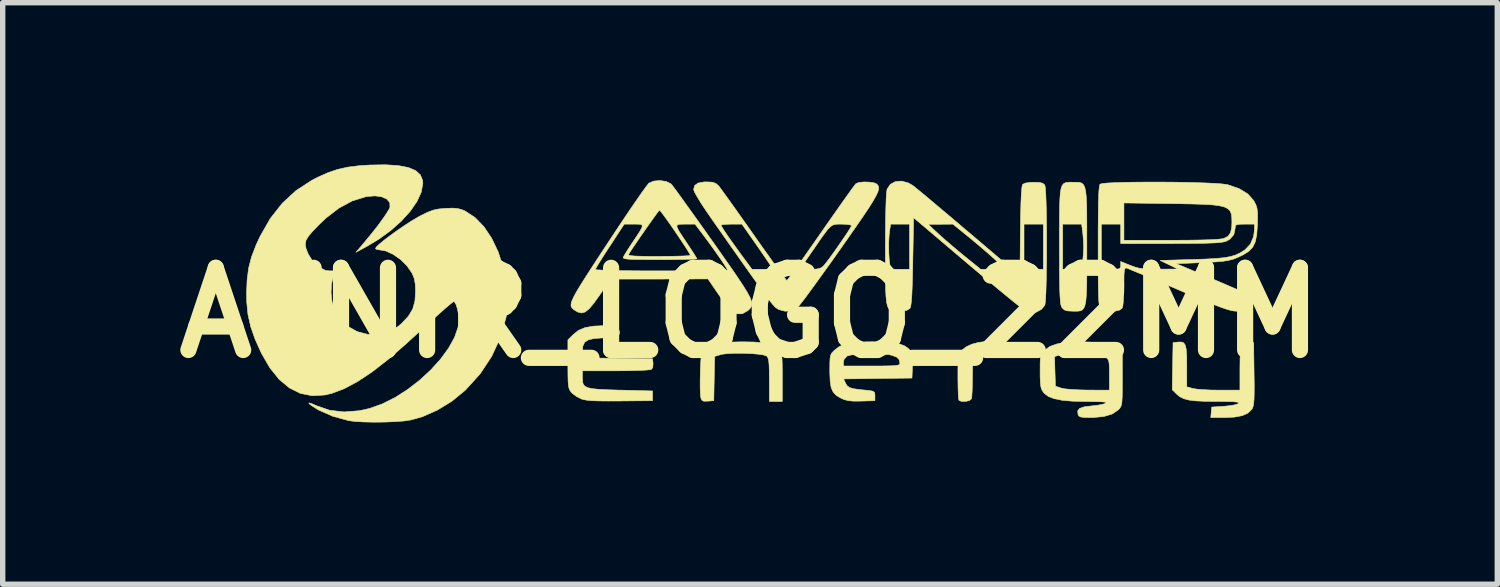
<source format=kicad_pcb>
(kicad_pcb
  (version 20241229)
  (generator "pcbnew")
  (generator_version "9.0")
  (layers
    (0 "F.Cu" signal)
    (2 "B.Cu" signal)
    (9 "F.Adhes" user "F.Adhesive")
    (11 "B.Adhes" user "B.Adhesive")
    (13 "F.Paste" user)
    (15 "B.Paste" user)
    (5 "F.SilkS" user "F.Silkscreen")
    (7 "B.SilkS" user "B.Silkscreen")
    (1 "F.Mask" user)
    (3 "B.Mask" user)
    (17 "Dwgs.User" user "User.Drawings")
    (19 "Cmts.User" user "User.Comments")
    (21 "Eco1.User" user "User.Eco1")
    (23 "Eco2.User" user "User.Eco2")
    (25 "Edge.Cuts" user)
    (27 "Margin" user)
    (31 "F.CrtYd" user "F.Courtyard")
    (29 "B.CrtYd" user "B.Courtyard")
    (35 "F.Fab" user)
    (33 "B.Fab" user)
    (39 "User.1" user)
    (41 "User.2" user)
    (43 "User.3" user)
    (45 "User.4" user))
  (footprint "AVNIR_LOGO_22MM"
    (layer "F.Cu")
    (at 10.857 2.75)
    (property "Reference" "AVNIR_LOGO_22MM" (at 0 0 0) (layer "F.SilkS") (effects (font (size 1.524 1.524) (thickness 0.3))))
    (attr through_hole)
    (fp_poly (pts (xy 4.468 0.54) (xy 4.546 0.568) (xy 4.571 0.595) (xy 4.593 0.665) (xy 4.568 0.712) (xy 4.493 0.74) (xy 4.393 0.753) (xy 4.287 0.763) (xy 4.214 0.781) (xy 4.166 0.818) (xy 4.139 0.882) (xy 4.127 0.984) (xy 4.124 1.132) (xy 4.124 1.197) (xy 4.122 1.339) (xy 4.118 1.463) (xy 4.112 1.554) (xy 4.106 1.596) (xy 4.067 1.627) (xy 3.997 1.643) (xy 3.923 1.643) (xy 3.875 1.624) (xy 3.867 1.588) (xy 3.861 1.504) (xy 3.857 1.383) (xy 3.855 1.237) (xy 3.855 1.193) (xy 3.855 1.028) (xy 3.858 0.911) (xy 3.865 0.831) (xy 3.877 0.777) (xy 3.896 0.736) (xy 3.925 0.698) (xy 3.929 0.693) (xy 4.007 0.631) (xy 4.114 0.582) (xy 4.237 0.549) (xy 4.36 0.534) (xy 4.468 0.54)) (stroke (width 0.01) (type solid)) (fill yes) (layer "F.SilkS"))
    (fp_poly (pts (xy -0.144 0.538) (xy 0.071 0.542) (xy 0.235 0.555) (xy 0.358 0.579) (xy 0.451 0.616) (xy 0.521 0.668) (xy 0.527 0.673) (xy 0.554 0.703) (xy 0.573 0.737) (xy 0.586 0.783) (xy 0.593 0.854) (xy 0.597 0.959) (xy 0.598 1.109) (xy 0.598 1.194) (xy 0.598 1.644) (xy 0.359 1.644) (xy 0.359 1.244) (xy 0.357 1.077) (xy 0.353 0.959) (xy 0.345 0.882) (xy 0.332 0.834) (xy 0.313 0.806) (xy 0.309 0.803) (xy 0.256 0.783) (xy 0.158 0.768) (xy 0.029 0.757) (xy -0.116 0.75) (xy -0.263 0.75) (xy -0.396 0.755) (xy -0.502 0.766) (xy -0.544 0.775) (xy -0.656 0.809) (xy -0.664 1.219) (xy -0.672 1.629) (xy -0.783 1.638) (xy -0.859 1.639) (xy -0.896 1.617) (xy -0.913 1.571) (xy -0.92 1.513) (xy -0.924 1.409) (xy -0.925 1.275) (xy -0.922 1.124) (xy -0.922 1.124) (xy -0.917 0.966) (xy -0.91 0.857) (xy -0.899 0.783) (xy -0.883 0.734) (xy -0.858 0.696) (xy -0.842 0.678) (xy -0.772 0.623) (xy -0.676 0.583) (xy -0.545 0.557) (xy -0.371 0.543) (xy -0.146 0.538) (xy -0.144 0.538)) (stroke (width 0.01) (type solid)) (fill yes) (layer "F.SilkS"))
    (fp_poly (pts (xy 8.039 0.556) (xy 8.069 0.596) (xy 8.087 0.671) (xy 8.096 0.788) (xy 8.098 0.955) (xy 8.098 0.988) (xy 8.098 1.372) (xy 8.21 1.403) (xy 8.283 1.415) (xy 8.4 1.425) (xy 8.545 1.432) (xy 8.701 1.434) (xy 8.703 1.434) (xy 9.084 1.434) (xy 9.084 1.037) (xy 9.086 0.849) (xy 9.094 0.714) (xy 9.11 0.623) (xy 9.137 0.569) (xy 9.178 0.545) (xy 9.235 0.541) (xy 9.25 0.543) (xy 9.338 0.553) (xy 9.346 1.132) (xy 9.349 1.339) (xy 9.348 1.494) (xy 9.345 1.607) (xy 9.338 1.686) (xy 9.327 1.74) (xy 9.312 1.777) (xy 9.307 1.785) (xy 9.234 1.859) (xy 9.124 1.908) (xy 8.971 1.935) (xy 8.799 1.942) (xy 8.543 1.942) (xy 8.552 1.845) (xy 8.561 1.748) (xy 8.791 1.733) (xy 8.907 1.721) (xy 9 1.704) (xy 9.055 1.684) (xy 9.059 1.681) (xy 9.063 1.666) (xy 9.035 1.656) (xy 8.97 1.649) (xy 8.861 1.645) (xy 8.7 1.643) (xy 8.649 1.643) (xy 8.433 1.641) (xy 8.266 1.633) (xy 8.14 1.618) (xy 8.045 1.593) (xy 7.973 1.558) (xy 7.913 1.51) (xy 7.907 1.504) (xy 7.828 1.425) (xy 7.836 0.989) (xy 7.844 0.553) (xy 7.928 0.543) (xy 7.993 0.541) (xy 8.039 0.556)) (stroke (width 0.01) (type solid)) (fill yes) (layer "F.SilkS"))
    (fp_poly (pts (xy -2.577 0.245) (xy -2.486 0.263) (xy -2.437 0.299) (xy -2.421 0.355) (xy -2.42 0.363) (xy -2.43 0.407) (xy -2.463 0.436) (xy -2.532 0.453) (xy -2.645 0.462) (xy -2.725 0.465) (xy -2.887 0.476) (xy -2.997 0.501) (xy -3.066 0.546) (xy -3.1 0.617) (xy -3.108 0.702) (xy -3.108 0.836) (xy -2.458 0.844) (xy -1.808 0.852) (xy -1.798 0.938) (xy -1.803 1.011) (xy -1.828 1.05) (xy -1.869 1.057) (xy -1.96 1.064) (xy -2.091 1.069) (xy -2.254 1.073) (xy -2.438 1.075) (xy -2.488 1.075) (xy -3.108 1.076) (xy -3.108 1.209) (xy -3.105 1.274) (xy -3.093 1.324) (xy -3.063 1.361) (xy -3.01 1.388) (xy -2.925 1.407) (xy -2.803 1.419) (xy -2.635 1.427) (xy -2.416 1.434) (xy -2.391 1.434) (xy -1.808 1.449) (xy -1.808 1.629) (xy -2.406 1.635) (xy -2.633 1.636) (xy -2.808 1.634) (xy -2.94 1.629) (xy -3.036 1.619) (xy -3.104 1.605) (xy -3.123 1.599) (xy -3.217 1.552) (xy -3.298 1.491) (xy -3.309 1.479) (xy -3.335 1.445) (xy -3.354 1.408) (xy -3.366 1.355) (xy -3.373 1.278) (xy -3.376 1.165) (xy -3.377 1.005) (xy -3.377 0.952) (xy -3.377 0.502) (xy -3.278 0.404) (xy -3.179 0.325) (xy -3.057 0.274) (xy -2.902 0.247) (xy -2.718 0.239) (xy -2.577 0.245)) (stroke (width 0.01) (type solid)) (fill yes) (layer "F.SilkS"))
    (fp_poly (pts (xy 6 -2.42) (xy 6.061 -2.42) (xy 6.111 -2.417) (xy 6.151 -2.404) (xy 6.183 -2.376) (xy 6.206 -2.329) (xy 6.223 -2.256) (xy 6.234 -2.152) (xy 6.241 -2.011) (xy 6.244 -1.829) (xy 6.245 -1.599) (xy 6.245 -1.317) (xy 6.245 -1.225) (xy 6.245 -0.927) (xy 6.245 -0.682) (xy 6.242 -0.487) (xy 6.236 -0.335) (xy 6.227 -0.221) (xy 6.211 -0.14) (xy 6.189 -0.085) (xy 6.16 -0.053) (xy 6.122 -0.036) (xy 6.073 -0.03) (xy 6.014 -0.03) (xy 5.991 -0.03) (xy 5.89 -0.035) (xy 5.829 -0.053) (xy 5.788 -0.091) (xy 5.784 -0.096) (xy 5.772 -0.121) (xy 5.761 -0.159) (xy 5.754 -0.217) (xy 5.748 -0.301) (xy 5.743 -0.417) (xy 5.74 -0.57) (xy 5.738 -0.766) (xy 5.738 -1.011) (xy 5.737 -1.242) (xy 5.737 -1.539) (xy 5.738 -1.644) (xy 5.797 -1.644) (xy 5.797 -0.807) (xy 6.148 -0.807) (xy 6.167 -0.945) (xy 6.179 -1.069) (xy 6.185 -1.199) (xy 6.186 -1.225) (xy 6.181 -1.35) (xy 6.17 -1.48) (xy 6.167 -1.505) (xy 6.148 -1.644) (xy 5.797 -1.644) (xy 5.738 -1.644) (xy 5.738 -1.781) (xy 5.74 -1.974) (xy 5.746 -2.124) (xy 5.755 -2.236) (xy 5.77 -2.316) (xy 5.792 -2.369) (xy 5.822 -2.4) (xy 5.861 -2.416) (xy 5.91 -2.421) (xy 5.971 -2.421) (xy 6 -2.42)) (stroke (width 0.01) (type solid)) (fill yes) (layer "F.SilkS"))
    (fp_poly (pts (xy 2.485 0.542) (xy 2.65 0.555) (xy 2.774 0.578) (xy 2.867 0.614) (xy 2.938 0.664) (xy 2.948 0.675) (xy 2.985 0.717) (xy 3.006 0.764) (xy 3.014 0.831) (xy 3.013 0.936) (xy 3.012 0.979) (xy 3.003 1.21) (xy 2.369 1.218) (xy 1.735 1.226) (xy 1.768 1.299) (xy 1.798 1.35) (xy 1.841 1.384) (xy 1.91 1.406) (xy 2.018 1.422) (xy 2.107 1.431) (xy 2.216 1.442) (xy 2.278 1.454) (xy 2.307 1.474) (xy 2.315 1.509) (xy 2.316 1.539) (xy 2.316 1.629) (xy 2.062 1.637) (xy 1.922 1.638) (xy 1.822 1.629) (xy 1.742 1.608) (xy 1.685 1.583) (xy 1.6 1.532) (xy 1.542 1.471) (xy 1.505 1.389) (xy 1.486 1.274) (xy 1.479 1.113) (xy 1.479 1.069) (xy 1.48 0.933) (xy 1.481 0.912) (xy 1.733 0.912) (xy 1.733 0.986) (xy 2.256 0.986) (xy 2.445 0.986) (xy 2.582 0.984) (xy 2.676 0.98) (xy 2.734 0.973) (xy 2.765 0.962) (xy 2.777 0.946) (xy 2.779 0.934) (xy 2.766 0.869) (xy 2.722 0.823) (xy 2.636 0.79) (xy 2.57 0.774) (xy 2.46 0.759) (xy 2.32 0.752) (xy 2.169 0.754) (xy 2.023 0.762) (xy 1.899 0.777) (xy 1.813 0.797) (xy 1.799 0.803) (xy 1.743 0.864) (xy 1.733 0.912) (xy 1.481 0.912) (xy 1.484 0.843) (xy 1.495 0.785) (xy 1.517 0.744) (xy 1.553 0.706) (xy 1.575 0.687) (xy 1.65 0.629) (xy 1.737 0.588) (xy 1.846 0.561) (xy 1.987 0.545) (xy 2.172 0.539) (xy 2.271 0.538) (xy 2.485 0.542)) (stroke (width 0.01) (type solid)) (fill yes) (layer "F.SilkS"))
    (fp_poly (pts (xy 6.385 0.547) (xy 6.578 0.574) (xy 6.723 0.621) (xy 6.814 0.678) (xy 6.903 0.752) (xy 6.903 1.239) (xy 6.903 1.42) (xy 6.901 1.551) (xy 6.896 1.642) (xy 6.888 1.703) (xy 6.873 1.743) (xy 6.853 1.774) (xy 6.829 1.799) (xy 6.718 1.875) (xy 6.564 1.922) (xy 6.362 1.942) (xy 6.311 1.942) (xy 6.199 1.94) (xy 6.133 1.932) (xy 6.098 1.914) (xy 6.081 1.881) (xy 6.081 1.881) (xy 6.076 1.817) (xy 6.113 1.772) (xy 6.199 1.743) (xy 6.33 1.727) (xy 6.443 1.714) (xy 6.538 1.697) (xy 6.591 1.679) (xy 6.602 1.665) (xy 6.575 1.655) (xy 6.504 1.649) (xy 6.385 1.646) (xy 6.228 1.644) (xy 5.982 1.639) (xy 5.789 1.622) (xy 5.641 1.593) (xy 5.532 1.551) (xy 5.456 1.493) (xy 5.44 1.474) (xy 5.412 1.431) (xy 5.394 1.378) (xy 5.384 1.301) (xy 5.379 1.187) (xy 5.379 1.084) (xy 5.379 0.944) (xy 5.383 0.85) (xy 5.39 0.812) (xy 5.646 0.812) (xy 5.654 1.086) (xy 5.663 1.36) (xy 5.767 1.395) (xy 5.839 1.41) (xy 5.956 1.421) (xy 6.105 1.429) (xy 6.268 1.433) (xy 6.664 1.434) (xy 6.664 1.151) (xy 6.663 1.019) (xy 6.658 0.933) (xy 6.647 0.88) (xy 6.625 0.847) (xy 6.59 0.82) (xy 6.586 0.817) (xy 6.515 0.791) (xy 6.4 0.77) (xy 6.258 0.756) (xy 6.106 0.749) (xy 5.959 0.75) (xy 5.833 0.76) (xy 5.755 0.776) (xy 5.646 0.812) (xy 5.39 0.812) (xy 5.394 0.788) (xy 5.413 0.746) (xy 5.446 0.709) (xy 5.469 0.687) (xy 5.564 0.622) (xy 5.692 0.577) (xy 5.862 0.549) (xy 6.08 0.538) (xy 6.141 0.538) (xy 6.385 0.547)) (stroke (width 0.01) (type solid)) (fill yes) (layer "F.SilkS"))
    (fp_poly (pts (xy 2.934 -2.409) (xy 3.018 -2.361) (xy 3.058 -2.329) (xy 3.139 -2.263) (xy 3.255 -2.167) (xy 3.4 -2.045) (xy 3.57 -1.902) (xy 3.759 -1.743) (xy 3.961 -1.571) (xy 4.054 -1.493) (xy 5.005 -0.685) (xy 5.013 -1.513) (xy 5.015 -1.644) (xy 5.08 -1.644) (xy 5.08 -0.807) (xy 5.439 -0.807) (xy 5.439 -1.644) (xy 5.08 -1.644) (xy 5.015 -1.644) (xy 5.017 -1.803) (xy 5.023 -2.036) (xy 5.031 -2.209) (xy 5.041 -2.323) (xy 5.052 -2.377) (xy 5.054 -2.381) (xy 5.107 -2.406) (xy 5.208 -2.419) (xy 5.262 -2.42) (xy 5.367 -2.417) (xy 5.428 -2.402) (xy 5.462 -2.372) (xy 5.467 -2.363) (xy 5.476 -2.317) (xy 5.483 -2.219) (xy 5.489 -2.079) (xy 5.494 -1.905) (xy 5.497 -1.705) (xy 5.499 -1.487) (xy 5.499 -1.261) (xy 5.499 -1.034) (xy 5.496 -0.815) (xy 5.493 -0.613) (xy 5.488 -0.436) (xy 5.482 -0.292) (xy 5.474 -0.191) (xy 5.466 -0.14) (xy 5.465 -0.139) (xy 5.402 -0.063) (xy 5.307 -0.012) (xy 5.235 -0.001) (xy 5.174 -0.014) (xy 5.096 -0.046) (xy 5.095 -0.046) (xy 5.054 -0.075) (xy 4.972 -0.138) (xy 4.855 -0.231) (xy 4.709 -0.351) (xy 4.538 -0.492) (xy 4.347 -0.651) (xy 4.142 -0.823) (xy 4.019 -0.927) (xy 3.178 -1.641) (xy 3.302 -1.641) (xy 3.496 -1.461) (xy 3.601 -1.367) (xy 3.734 -1.252) (xy 3.876 -1.132) (xy 3.984 -1.044) (xy 4.277 -0.807) (xy 4.507 -0.808) (xy 4.736 -0.81) (xy 4.542 -0.989) (xy 4.437 -1.083) (xy 4.304 -1.198) (xy 4.162 -1.318) (xy 4.055 -1.406) (xy 3.762 -1.644) (xy 3.532 -1.642) (xy 3.302 -1.641) (xy 3.178 -1.641) (xy 3.033 -1.763) (xy 3.018 -0.946) (xy 3.013 -0.688) (xy 3.007 -0.484) (xy 3 -0.328) (xy 2.992 -0.215) (xy 2.982 -0.139) (xy 2.97 -0.094) (xy 2.962 -0.079) (xy 2.906 -0.045) (xy 2.805 -0.031) (xy 2.762 -0.03) (xy 2.698 -0.03) (xy 2.646 -0.034) (xy 2.605 -0.047) (xy 2.572 -0.075) (xy 2.549 -0.124) (xy 2.532 -0.198) (xy 2.521 -0.304) (xy 2.514 -0.448) (xy 2.511 -0.633) (xy 2.51 -0.867) (xy 2.51 -1.155) (xy 2.51 -1.183) (xy 2.51 -1.225) (xy 2.571 -1.225) (xy 2.574 -1.102) (xy 2.581 -0.985) (xy 2.589 -0.919) (xy 2.608 -0.807) (xy 2.958 -0.807) (xy 2.958 -1.644) (xy 2.608 -1.644) (xy 2.589 -1.531) (xy 2.579 -1.44) (xy 2.572 -1.319) (xy 2.571 -1.225) (xy 2.51 -1.225) (xy 2.511 -1.487) (xy 2.514 -1.749) (xy 2.519 -1.964) (xy 2.525 -2.129) (xy 2.533 -2.24) (xy 2.542 -2.294) (xy 2.601 -2.382) (xy 2.694 -2.432) (xy 2.809 -2.442) (xy 2.934 -2.409)) (stroke (width 0.01) (type solid)) (fill yes) (layer "F.SilkS"))
    (fp_poly (pts (xy -0.7 -2.422) (xy -0.635 -2.4) (xy -0.583 -2.355) (xy -0.581 -2.353) (xy -0.549 -2.311) (xy -0.487 -2.226) (xy -0.4 -2.105) (xy -0.292 -1.954) (xy -0.168 -1.779) (xy -0.032 -1.587) (xy 0.073 -1.438) (xy 0.212 -1.24) (xy 0.341 -1.06) (xy 0.454 -0.901) (xy 0.55 -0.77) (xy 0.622 -0.673) (xy 0.668 -0.614) (xy 0.682 -0.599) (xy 0.703 -0.623) (xy 0.754 -0.691) (xy 0.831 -0.797) (xy 0.839 -0.807) (xy 0.923 -0.807) (xy 1.114 -0.807) (xy 1.226 -0.81) (xy 1.297 -0.825) (xy 1.347 -0.854) (xy 1.367 -0.874) (xy 1.41 -0.927) (xy 1.475 -1.012) (xy 1.552 -1.119) (xy 1.635 -1.237) (xy 1.717 -1.356) (xy 1.79 -1.463) (xy 1.846 -1.55) (xy 1.878 -1.605) (xy 1.883 -1.617) (xy 1.855 -1.631) (xy 1.785 -1.641) (xy 1.701 -1.644) (xy 1.632 -1.644) (xy 1.578 -1.64) (xy 1.532 -1.626) (xy 1.488 -1.595) (xy 1.437 -1.542) (xy 1.374 -1.459) (xy 1.291 -1.342) (xy 1.181 -1.182) (xy 1.164 -1.158) (xy 0.923 -0.807) (xy 0.839 -0.807) (xy 0.931 -0.935) (xy 1.048 -1.101) (xy 1.179 -1.288) (xy 1.315 -1.483) (xy 1.457 -1.687) (xy 1.59 -1.876) (xy 1.709 -2.045) (xy 1.81 -2.187) (xy 1.889 -2.297) (xy 1.942 -2.368) (xy 1.965 -2.396) (xy 2.022 -2.417) (xy 2.113 -2.426) (xy 2.215 -2.423) (xy 2.303 -2.409) (xy 2.346 -2.39) (xy 2.371 -2.365) (xy 2.384 -2.335) (xy 2.385 -2.295) (xy 2.37 -2.241) (xy 2.336 -2.169) (xy 2.282 -2.073) (xy 2.205 -1.95) (xy 2.102 -1.796) (xy 1.97 -1.605) (xy 1.808 -1.373) (xy 1.673 -1.18) (xy 1.517 -0.959) (xy 1.368 -0.752) (xy 1.232 -0.563) (xy 1.112 -0.399) (xy 1.013 -0.264) (xy 0.937 -0.166) (xy 0.891 -0.108) (xy 0.88 -0.097) (xy 0.776 -0.042) (xy 0.652 -0.029) (xy 0.533 -0.06) (xy 0.475 -0.097) (xy 0.455 -0.117) (xy 0.429 -0.146) (xy 0.394 -0.188) (xy 0.348 -0.248) (xy 0.288 -0.328) (xy 0.213 -0.432) (xy 0.118 -0.565) (xy 0.002 -0.728) (xy -0.139 -0.927) (xy -0.306 -1.164) (xy -0.502 -1.443) (xy -0.631 -1.627) (xy -0.538 -1.627) (xy -0.52 -1.59) (xy -0.471 -1.511) (xy -0.393 -1.396) (xy -0.29 -1.252) (xy -0.168 -1.083) (xy -0.157 -1.068) (xy 0.036 -0.807) (xy 0.424 -0.807) (xy 0.363 -0.904) (xy 0.322 -0.965) (xy 0.256 -1.063) (xy 0.173 -1.183) (xy 0.083 -1.313) (xy 0.076 -1.322) (xy -0.15 -1.644) (xy -0.344 -1.644) (xy -0.443 -1.641) (xy -0.513 -1.635) (xy -0.538 -1.627) (xy -0.631 -1.627) (xy -0.713 -1.744) (xy -0.82 -1.899) (xy -0.912 -2.039) (xy -0.983 -2.156) (xy -1.03 -2.241) (xy -1.046 -2.286) (xy -1.026 -2.361) (xy -0.963 -2.406) (xy -0.851 -2.426) (xy -0.801 -2.427) (xy -0.7 -2.422)) (stroke (width 0.01) (type solid)) (fill yes) (layer "F.SilkS"))
    (fp_poly (pts (xy -1.556 -2.435) (xy -1.47 -2.394) (xy -1.459 -2.383) (xy -1.428 -2.345) (xy -1.367 -2.263) (xy -1.28 -2.143) (xy -1.171 -1.991) (xy -1.043 -1.813) (xy -0.9 -1.613) (xy -0.747 -1.397) (xy -0.678 -1.3) (xy -0.493 -1.036) (xy -0.339 -0.817) (xy -0.216 -0.637) (xy -0.12 -0.491) (xy -0.049 -0.376) (xy -0.001 -0.286) (xy 0.026 -0.217) (xy 0.035 -0.165) (xy 0.029 -0.123) (xy 0.008 -0.089) (xy -0.023 -0.056) (xy -0.042 -0.04) (xy -0.144 0.019) (xy -0.246 0.019) (xy -0.336 -0.029) (xy -0.384 -0.078) (xy -0.454 -0.163) (xy -0.535 -0.272) (xy -0.595 -0.358) (xy -0.78 -0.628) (xy -1.683 -0.626) (xy -2.585 -0.625) (xy -2.794 -0.32) (xy -2.901 -0.172) (xy -2.986 -0.072) (xy -3.058 -0.015) (xy -3.124 0.003) (xy -3.191 -0.013) (xy -3.242 -0.042) (xy -3.277 -0.066) (xy -3.303 -0.091) (xy -3.318 -0.121) (xy -3.319 -0.161) (xy -3.305 -0.216) (xy -3.272 -0.289) (xy -3.22 -0.387) (xy -3.144 -0.512) (xy -3.044 -0.671) (xy -2.959 -0.802) (xy -2.869 -0.802) (xy -2.84 -0.797) (xy -2.758 -0.792) (xy -2.628 -0.787) (xy -2.457 -0.783) (xy -2.252 -0.78) (xy -2.018 -0.778) (xy -1.762 -0.777) (xy -1.644 -0.777) (xy -1.379 -0.777) (xy -1.135 -0.778) (xy -0.916 -0.78) (xy -0.73 -0.783) (xy -0.581 -0.785) (xy -0.477 -0.788) (xy -0.424 -0.792) (xy -0.418 -0.794) (xy -0.435 -0.828) (xy -0.481 -0.901) (xy -0.549 -1.003) (xy -0.633 -1.123) (xy -0.726 -1.253) (xy -0.821 -1.382) (xy -0.843 -1.412) (xy -1.019 -1.644) (xy -1.2 -1.644) (xy -1.281 -1.643) (xy -1.333 -1.637) (xy -1.357 -1.618) (xy -1.35 -1.578) (xy -1.314 -1.509) (xy -1.245 -1.404) (xy -1.167 -1.287) (xy -1.093 -1.176) (xy -1.034 -1.085) (xy -0.996 -1.023) (xy -0.986 -1.002) (xy -1.015 -0.998) (xy -1.095 -0.994) (xy -1.218 -0.99) (xy -1.375 -0.988) (xy -1.56 -0.986) (xy -1.677 -0.986) (xy -1.899 -0.987) (xy -2.068 -0.988) (xy -2.191 -0.991) (xy -2.274 -0.996) (xy -2.324 -1.004) (xy -2.347 -1.014) (xy -2.351 -1.028) (xy -2.35 -1.031) (xy -2.326 -1.075) (xy -2.321 -1.083) (xy -2.252 -1.083) (xy -2.248 -1.07) (xy -2.214 -1.06) (xy -2.143 -1.053) (xy -2.03 -1.049) (xy -1.868 -1.046) (xy -1.69 -1.046) (xy -1.511 -1.047) (xy -1.353 -1.05) (xy -1.228 -1.054) (xy -1.142 -1.059) (xy -1.106 -1.065) (xy -1.106 -1.066) (xy -1.122 -1.099) (xy -1.165 -1.17) (xy -1.228 -1.268) (xy -1.306 -1.384) (xy -1.39 -1.509) (xy -1.474 -1.631) (xy -1.552 -1.741) (xy -1.617 -1.83) (xy -1.662 -1.887) (xy -1.679 -1.904) (xy -1.701 -1.879) (xy -1.748 -1.815) (xy -1.816 -1.721) (xy -1.897 -1.607) (xy -1.983 -1.483) (xy -2.069 -1.359) (xy -2.147 -1.245) (xy -2.21 -1.15) (xy -2.251 -1.085) (xy -2.252 -1.083) (xy -2.321 -1.083) (xy -2.277 -1.154) (xy -2.213 -1.254) (xy -2.187 -1.292) (xy -2.094 -1.431) (xy -2.032 -1.528) (xy -2.001 -1.59) (xy -2 -1.624) (xy -2.028 -1.64) (xy -2.085 -1.644) (xy -2.151 -1.644) (xy -2.333 -1.644) (xy -2.601 -1.235) (xy -2.691 -1.097) (xy -2.768 -0.975) (xy -2.827 -0.88) (xy -2.861 -0.819) (xy -2.869 -0.802) (xy -2.959 -0.802) (xy -2.917 -0.867) (xy -2.761 -1.106) (xy -2.643 -1.285) (xy -2.492 -1.514) (xy -2.349 -1.729) (xy -2.218 -1.923) (xy -2.102 -2.092) (xy -2.006 -2.23) (xy -1.932 -2.332) (xy -1.886 -2.392) (xy -1.872 -2.406) (xy -1.781 -2.443) (xy -1.667 -2.452) (xy -1.556 -2.435)) (stroke (width 0.01) (type solid)) (fill yes) (layer "F.SilkS"))
    (fp_poly (pts (xy 7.816 -2.423) (xy 8.046 -2.419) (xy 8.264 -2.414) (xy 8.461 -2.407) (xy 8.629 -2.399) (xy 8.76 -2.389) (xy 8.848 -2.377) (xy 8.861 -2.374) (xy 9.072 -2.301) (xy 9.229 -2.205) (xy 9.338 -2.082) (xy 9.349 -2.063) (xy 9.381 -2) (xy 9.4 -1.939) (xy 9.41 -1.863) (xy 9.411 -1.757) (xy 9.408 -1.635) (xy 9.396 -1.452) (xy 9.369 -1.317) (xy 9.321 -1.217) (xy 9.247 -1.14) (xy 9.141 -1.074) (xy 9.135 -1.071) (xy 9.043 -1.027) (xy 8.958 -0.994) (xy 8.868 -0.971) (xy 8.759 -0.954) (xy 8.62 -0.943) (xy 8.438 -0.933) (xy 8.367 -0.93) (xy 7.904 -0.911) (xy 8.531 -0.647) (xy 8.716 -0.569) (xy 8.885 -0.496) (xy 9.03 -0.433) (xy 9.141 -0.382) (xy 9.211 -0.349) (xy 9.226 -0.34) (xy 9.279 -0.282) (xy 9.293 -0.195) (xy 9.28 -0.113) (xy 9.234 -0.063) (xy 9.147 -0.037) (xy 9.026 -0.03) (xy 8.976 -0.033) (xy 8.916 -0.044) (xy 8.841 -0.065) (xy 8.743 -0.098) (xy 8.617 -0.146) (xy 8.457 -0.21) (xy 8.255 -0.294) (xy 8.007 -0.4) (xy 7.955 -0.422) (xy 7.734 -0.516) (xy 7.529 -0.603) (xy 7.347 -0.68) (xy 7.194 -0.743) (xy 7.078 -0.791) (xy 7.006 -0.821) (xy 6.985 -0.829) (xy 6.963 -0.83) (xy 6.948 -0.813) (xy 6.939 -0.769) (xy 6.934 -0.687) (xy 6.933 -0.559) (xy 6.933 -0.495) (xy 6.93 -0.351) (xy 6.923 -0.225) (xy 6.913 -0.132) (xy 6.902 -0.088) (xy 6.853 -0.051) (xy 6.767 -0.031) (xy 6.666 -0.027) (xy 6.572 -0.042) (xy 6.505 -0.074) (xy 6.502 -0.077) (xy 6.489 -0.095) (xy 6.479 -0.127) (xy 6.471 -0.178) (xy 6.465 -0.253) (xy 6.461 -0.36) (xy 6.458 -0.502) (xy 6.456 -0.687) (xy 6.455 -0.919) (xy 6.455 -1.205) (xy 6.455 -1.236) (xy 6.455 -1.547) (xy 6.456 -1.644) (xy 6.514 -1.644) (xy 6.514 -0.807) (xy 6.694 -0.807) (xy 6.793 -0.808) (xy 6.847 -0.817) (xy 6.869 -0.839) (xy 6.873 -0.879) (xy 6.873 -0.879) (xy 6.873 -0.952) (xy 7.052 -0.879) (xy 7.139 -0.847) (xy 7.22 -0.826) (xy 7.313 -0.814) (xy 7.434 -0.81) (xy 7.582 -0.809) (xy 7.934 -0.812) (xy 7.769 -0.891) (xy 7.605 -0.971) (xy 8.218 -0.989) (xy 8.457 -0.997) (xy 8.645 -1.008) (xy 8.793 -1.022) (xy 8.909 -1.043) (xy 9.002 -1.071) (xy 9.083 -1.108) (xy 9.161 -1.156) (xy 9.179 -1.169) (xy 9.277 -1.273) (xy 9.337 -1.412) (xy 9.353 -1.538) (xy 9.353 -1.644) (xy 9.174 -1.644) (xy 9.075 -1.642) (xy 9.021 -1.633) (xy 8.999 -1.612) (xy 8.995 -1.571) (xy 8.995 -1.567) (xy 8.97 -1.449) (xy 8.896 -1.364) (xy 8.829 -1.327) (xy 8.787 -1.315) (xy 8.722 -1.305) (xy 8.63 -1.297) (xy 8.504 -1.292) (xy 8.337 -1.288) (xy 8.124 -1.286) (xy 7.858 -1.285) (xy 7.8 -1.285) (xy 6.873 -1.285) (xy 6.873 -1.345) (xy 6.933 -1.345) (xy 7.81 -1.345) (xy 8.102 -1.346) (xy 8.346 -1.35) (xy 8.54 -1.355) (xy 8.68 -1.363) (xy 8.765 -1.374) (xy 8.782 -1.378) (xy 8.862 -1.419) (xy 8.91 -1.484) (xy 8.931 -1.584) (xy 8.935 -1.673) (xy 8.933 -1.759) (xy 8.925 -1.829) (xy 8.903 -1.885) (xy 8.864 -1.929) (xy 8.8 -1.961) (xy 8.708 -1.984) (xy 8.58 -2.001) (xy 8.411 -2.011) (xy 8.196 -2.018) (xy 7.929 -2.023) (xy 7.807 -2.025) (xy 6.933 -2.037) (xy 6.933 -1.345) (xy 6.873 -1.345) (xy 6.873 -1.644) (xy 6.514 -1.644) (xy 6.456 -1.644) (xy 6.457 -1.802) (xy 6.46 -2.005) (xy 6.464 -2.16) (xy 6.47 -2.272) (xy 6.478 -2.344) (xy 6.487 -2.38) (xy 6.49 -2.385) (xy 6.531 -2.396) (xy 6.624 -2.406) (xy 6.76 -2.413) (xy 6.932 -2.419) (xy 7.132 -2.422) (xy 7.351 -2.424) (xy 7.582 -2.424) (xy 7.816 -2.423)) (stroke (width 0.01) (type solid)) (fill yes) (layer "F.SilkS"))
    (fp_poly (pts (xy -6.522 -2.73) (xy -6.336 -2.694) (xy -6.2 -2.637) (xy -6.113 -2.558) (xy -6.071 -2.456) (xy -6.067 -2.4) (xy -6.095 -2.241) (xy -6.174 -2.067) (xy -6.298 -1.886) (xy -6.461 -1.705) (xy -6.659 -1.528) (xy -6.885 -1.364) (xy -7.097 -1.236) (xy -7.306 -1.123) (xy -7.172 -1.281) (xy -7.04 -1.44) (xy -6.919 -1.592) (xy -6.817 -1.73) (xy -6.738 -1.845) (xy -6.688 -1.928) (xy -6.676 -1.959) (xy -6.68 -2.043) (xy -6.734 -2.108) (xy -6.828 -2.151) (xy -6.955 -2.168) (xy -7.104 -2.156) (xy -7.129 -2.151) (xy -7.377 -2.074) (xy -7.619 -1.944) (xy -7.859 -1.76) (xy -7.986 -1.64) (xy -8.107 -1.516) (xy -8.188 -1.42) (xy -8.234 -1.342) (xy -8.247 -1.269) (xy -8.232 -1.191) (xy -8.195 -1.097) (xy -8.192 -1.09) (xy -8.109 -0.956) (xy -8.001 -0.852) (xy -7.882 -0.79) (xy -7.8 -0.777) (xy -7.683 -0.777) (xy -7.726 -0.673) (xy -7.76 -0.538) (xy -7.768 -0.376) (xy -7.751 -0.21) (xy -7.711 -0.067) (xy -7.707 -0.06) (xy -7.597 0.118) (xy -7.452 0.255) (xy -7.281 0.35) (xy -7.094 0.399) (xy -6.901 0.401) (xy -6.71 0.355) (xy -6.533 0.258) (xy -6.465 0.202) (xy -6.336 0.065) (xy -6.254 -0.07) (xy -6.213 -0.222) (xy -6.202 -0.388) (xy -6.207 -0.532) (xy -6.227 -0.638) (xy -6.264 -0.73) (xy -6.266 -0.734) (xy -6.358 -0.867) (xy -6.479 -0.987) (xy -6.615 -1.083) (xy -6.752 -1.146) (xy -6.86 -1.165) (xy -6.921 -1.175) (xy -6.945 -1.191) (xy -6.93 -1.22) (xy -6.873 -1.274) (xy -6.784 -1.347) (xy -6.671 -1.433) (xy -6.544 -1.525) (xy -6.411 -1.616) (xy -6.281 -1.7) (xy -6.164 -1.77) (xy -6.111 -1.799) (xy -5.981 -1.863) (xy -5.876 -1.903) (xy -5.774 -1.925) (xy -5.651 -1.936) (xy -5.643 -1.936) (xy -5.512 -1.941) (xy -5.418 -1.933) (xy -5.337 -1.91) (xy -5.277 -1.884) (xy -5.097 -1.765) (xy -4.933 -1.595) (xy -4.789 -1.38) (xy -4.669 -1.128) (xy -4.577 -0.845) (xy -4.516 -0.538) (xy -4.507 -0.463) (xy -4.492 -0.307) (xy -4.489 -0.184) (xy -4.497 -0.071) (xy -4.519 0.058) (xy -4.525 0.09) (xy -4.63 0.461) (xy -4.79 0.808) (xy -5.003 1.13) (xy -5.269 1.424) (xy -5.291 1.445) (xy -5.532 1.642) (xy -5.799 1.805) (xy -6.076 1.927) (xy -6.29 1.987) (xy -6.416 2.006) (xy -6.583 2.018) (xy -6.774 2.026) (xy -6.973 2.028) (xy -7.162 2.024) (xy -7.325 2.014) (xy -7.438 2) (xy -7.733 1.92) (xy -7.992 1.806) (xy -8.031 1.784) (xy -8.128 1.722) (xy -8.177 1.684) (xy -8.177 1.67) (xy -8.128 1.684) (xy -8.044 1.721) (xy -7.796 1.807) (xy -7.526 1.838) (xy -7.238 1.815) (xy -7.054 1.773) (xy -6.816 1.688) (xy -6.577 1.568) (xy -6.343 1.418) (xy -6.12 1.245) (xy -5.916 1.056) (xy -5.737 0.857) (xy -5.589 0.655) (xy -5.479 0.457) (xy -5.414 0.268) (xy -5.398 0.143) (xy -5.404 0.039) (xy -5.423 -0.064) (xy -5.449 -0.149) (xy -5.479 -0.201) (xy -5.495 -0.209) (xy -5.515 -0.196) (xy -5.565 -0.156) (xy -5.645 -0.088) (xy -5.758 0.013) (xy -5.906 0.146) (xy -6.093 0.316) (xy -6.321 0.523) (xy -6.384 0.581) (xy -6.707 0.862) (xy -7.003 1.093) (xy -7.276 1.274) (xy -7.526 1.408) (xy -7.757 1.494) (xy -7.884 1.524) (xy -8.118 1.538) (xy -8.338 1.494) (xy -8.542 1.392) (xy -8.732 1.234) (xy -8.904 1.019) (xy -9.06 0.749) (xy -9.064 0.741) (xy -9.179 0.485) (xy -9.259 0.255) (xy -9.309 0.033) (xy -9.332 -0.201) (xy -9.335 -0.359) (xy -9.325 -0.612) (xy -9.296 -0.833) (xy -9.241 -1.043) (xy -9.156 -1.263) (xy -9.083 -1.42) (xy -8.894 -1.75) (xy -8.673 -2.031) (xy -8.418 -2.266) (xy -8.125 -2.457) (xy -8.023 -2.51) (xy -7.828 -2.597) (xy -7.647 -2.659) (xy -7.46 -2.701) (xy -7.248 -2.727) (xy -7.052 -2.74) (xy -6.76 -2.745) (xy -6.522 -2.73)) (stroke (width 0.01) (type solid)) (fill yes) (layer "F.SilkS")))
  (gr_rect
    (start -3 -3)
    (end 24.713 7.783)
    (stroke (width 0.1) (type default))
    (fill no)
    (layer "Edge.Cuts")))
</source>
